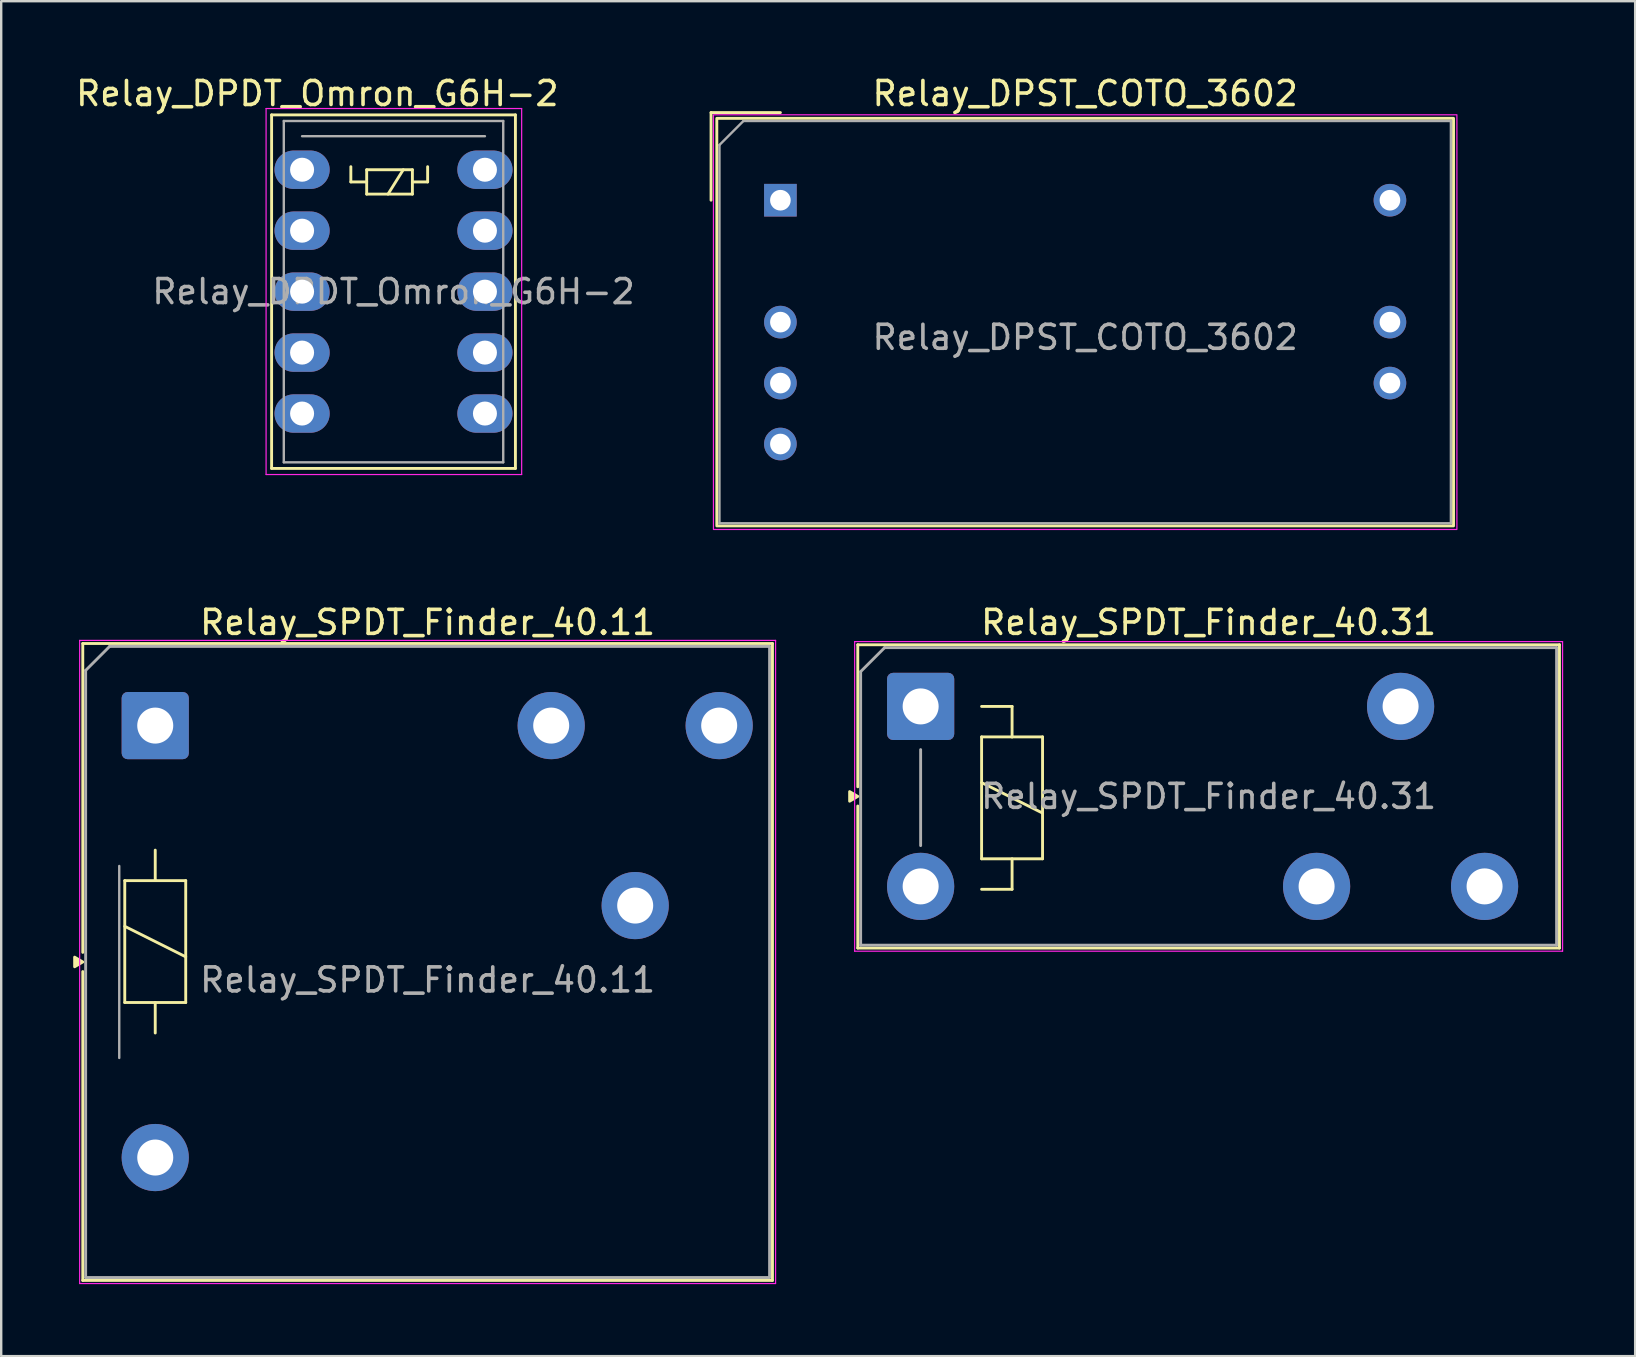
<source format=kicad_pcb>
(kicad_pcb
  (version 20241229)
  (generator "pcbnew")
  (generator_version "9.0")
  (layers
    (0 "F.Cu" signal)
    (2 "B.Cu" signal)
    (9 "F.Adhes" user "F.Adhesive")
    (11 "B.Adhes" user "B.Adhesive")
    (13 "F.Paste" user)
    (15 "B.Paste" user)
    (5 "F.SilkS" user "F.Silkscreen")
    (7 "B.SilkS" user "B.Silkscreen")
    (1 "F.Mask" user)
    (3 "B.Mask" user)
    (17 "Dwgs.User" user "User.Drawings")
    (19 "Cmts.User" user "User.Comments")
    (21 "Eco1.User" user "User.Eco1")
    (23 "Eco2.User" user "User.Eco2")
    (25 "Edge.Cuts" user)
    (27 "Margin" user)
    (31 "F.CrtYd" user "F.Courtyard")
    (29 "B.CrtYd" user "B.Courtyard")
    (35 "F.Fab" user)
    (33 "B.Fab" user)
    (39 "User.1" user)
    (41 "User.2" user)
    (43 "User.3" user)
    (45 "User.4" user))
  (footprint "Relay_DPST_COTO_3602"
    (layer "F.Cu")
    (at 29.47 5.293)
    (property "Reference" "Relay_DPST_COTO_3602" (at 12.7 -4.445 0) (unlocked yes) (layer "F.SilkS") (effects (font (size 1 1) (thickness 0.15))))
    (attr through_hole)
    (fp_line (start -2.89 -3.652) (end 0 -3.652) (stroke (width 0.12) (type default)) (layer "F.SilkS"))
    (fp_line (start -2.89 0) (end -2.89 -3.652) (stroke (width 0.12) (type default)) (layer "F.SilkS"))
    (fp_rect (start -2.65 13.572) (end 28.05 -3.412) (stroke (width 0.12) (type default)) (fill no) (layer "F.SilkS"))
    (fp_rect (start -2.79 -3.56) (end 28.19 13.72) (stroke (width 0.05) (type default)) (fill no) (layer "F.CrtYd"))
    (fp_line (start -2.54 -2.302) (end -2.54 13.462) (stroke (width 0.1) (type default)) (layer "F.Fab"))
    (fp_line (start -2.54 13.462) (end 27.94 13.462) (stroke (width 0.1) (type default)) (layer "F.Fab"))
    (fp_line (start -1.54 -3.302) (end -2.54 -2.302) (stroke (width 0.1) (type default)) (layer "F.Fab"))
    (fp_line (start 27.94 -3.302) (end -1.54 -3.302) (stroke (width 0.1) (type default)) (layer "F.Fab"))
    (fp_line (start 27.94 13.462) (end 27.94 -3.302) (stroke (width 0.1) (type default)) (layer "F.Fab"))
    (fp_text user "${REFERENCE}" (at 12.7 5.715 0) (unlocked yes) (layer "F.Fab") (effects (font (size 1 1) (thickness 0.15))))
    (pad "13" thru_hole circle (at 0 5.08 90) (size 1.36 1.36) (drill 0.86) (layers "*.Cu" "*.Mask"))
    (pad "14" thru_hole circle (at 25.4 5.08 90) (size 1.36 1.36) (drill 0.86) (layers "*.Cu" "*.Mask"))
    (pad "23" thru_hole circle (at 0 7.62 90) (size 1.36 1.36) (drill 0.86) (layers "*.Cu" "*.Mask"))
    (pad "24" thru_hole circle (at 25.4 7.62 90) (size 1.36 1.36) (drill 0.86) (layers "*.Cu" "*.Mask"))
    (pad "A1" thru_hole rect (at 0 0 90) (size 1.36 1.36) (drill 0.86) (layers "*.Cu" "*.Mask"))
    (pad "A2" thru_hole circle (at 25.4 0 90) (size 1.36 1.36) (drill 0.86) (layers "*.Cu" "*.Mask"))
    (pad "SH" thru_hole circle (at 0 10.16 90) (size 1.36 1.36) (drill 0.86) (layers "*.Cu" "*.Mask")))
  (footprint "Relay_SPDT_Finder_40.31"
    (layer "F.Cu")
    (at 35.314 26.387)
    (property "Reference" "Relay_SPDT_Finder_40.31" (at 12 -3.5 0) (layer "F.SilkS") (effects (font (size 1 1) (thickness 0.15))))
    (attr through_hole)
    (fp_line (start -2.62 -2.57) (end 26.62 -2.57) (stroke (width 0.12) (type solid)) (layer "F.SilkS"))
    (fp_line (start -2.62 3.35) (end -2.62 -2.57) (stroke (width 0.12) (type solid)) (layer "F.SilkS"))
    (fp_line (start -2.62 4.15) (end -2.62 10.07) (stroke (width 0.12) (type solid)) (layer "F.SilkS"))
    (fp_line (start 2.54 0) (end 3.81 0) (stroke (width 0.12) (type solid)) (layer "F.SilkS"))
    (fp_line (start 2.54 1.27) (end 3.81 1.27) (stroke (width 0.12) (type solid)) (layer "F.SilkS"))
    (fp_line (start 2.54 3.175) (end 5.08 4.445) (stroke (width 0.12) (type solid)) (layer "F.SilkS"))
    (fp_line (start 2.54 6.35) (end 2.54 1.27) (stroke (width 0.12) (type solid)) (layer "F.SilkS"))
    (fp_line (start 3.81 0) (end 3.81 1.27) (stroke (width 0.12) (type solid)) (layer "F.SilkS"))
    (fp_line (start 3.81 1.27) (end 5.08 1.27) (stroke (width 0.12) (type solid)) (layer "F.SilkS"))
    (fp_line (start 3.81 6.35) (end 3.81 7.62) (stroke (width 0.12) (type solid)) (layer "F.SilkS"))
    (fp_line (start 3.81 7.62) (end 2.54 7.62) (stroke (width 0.12) (type solid)) (layer "F.SilkS"))
    (fp_line (start 5.08 1.27) (end 5.08 6.35) (stroke (width 0.12) (type solid)) (layer "F.SilkS"))
    (fp_line (start 5.08 6.35) (end 2.54 6.35) (stroke (width 0.12) (type solid)) (layer "F.SilkS"))
    (fp_line (start 26.62 -2.57) (end 26.62 10.07) (stroke (width 0.12) (type solid)) (layer "F.SilkS"))
    (fp_line (start 26.62 10.07) (end -2.62 10.07) (stroke (width 0.12) (type solid)) (layer "F.SilkS"))
    (fp_poly (pts (xy -2.62 3.75) (xy -2.959 3.95) (xy -2.959 3.55) (xy -2.62 3.75)) (stroke (width 0.12) (type solid)) (fill yes) (layer "F.SilkS"))
    (fp_line (start -2.75 -2.7) (end -2.75 10.2) (stroke (width 0.05) (type solid)) (layer "F.CrtYd"))
    (fp_line (start -2.75 -2.7) (end 26.75 -2.7) (stroke (width 0.05) (type solid)) (layer "F.CrtYd"))
    (fp_line (start 26.75 10.2) (end -2.75 10.2) (stroke (width 0.05) (type solid)) (layer "F.CrtYd"))
    (fp_line (start 26.75 10.2) (end 26.75 -2.7) (stroke (width 0.05) (type solid)) (layer "F.CrtYd"))
    (fp_line (start -2.5 -1.45) (end -1.5 -2.45) (stroke (width 0.12) (type default)) (layer "F.Fab"))
    (fp_line (start -2.5 9.95) (end -2.5 -1.45) (stroke (width 0.12) (type solid)) (layer "F.Fab"))
    (fp_line (start -2.5 9.95) (end 26.5 9.95) (stroke (width 0.12) (type solid)) (layer "F.Fab"))
    (fp_line (start 0 1.8) (end 0 5.8) (stroke (width 0.12) (type solid)) (layer "F.Fab"))
    (fp_line (start 26.5 -2.45) (end -1.5 -2.45) (stroke (width 0.12) (type solid)) (layer "F.Fab"))
    (fp_line (start 26.5 9.95) (end 26.5 -2.45) (stroke (width 0.12) (type solid)) (layer "F.Fab"))
    (fp_text user "${REFERENCE}" (at 12 3.75 0) (layer "F.Fab") (effects (font (size 1 1) (thickness 0.15))))
    (pad "11" thru_hole circle (at 20 0) (size 2.8 2.8) (drill 1.5) (layers "*.Cu" "*.Mask"))
    (pad "12" thru_hole circle (at 16.5 7.5) (size 2.8 2.8) (drill 1.5) (layers "*.Cu" "*.Mask"))
    (pad "14" thru_hole circle (at 23.5 7.5) (size 2.8 2.8) (drill 1.5) (layers "*.Cu" "*.Mask"))
    (pad "A1" thru_hole roundrect (at 0 0) (size 2.8 2.8) (drill 1.5) (layers "*.Cu" "*.Mask") (roundrect_rratio 0.089))
    (pad "A2" thru_hole circle (at 0 7.5) (size 2.8 2.8) (drill 1.5) (layers "*.Cu" "*.Mask")))
  (footprint "Relay_SPDT_Finder_40.11"
    (layer "F.Cu")
    (at 3.419 27.186)
    (property "Reference" "Relay_SPDT_Finder_40.11" (at 11.35 -4.3 0) (layer "F.SilkS") (effects (font (size 1 1) (thickness 0.15))))
    (attr through_hole)
    (fp_line (start -3.02 -3.42) (end 25.72 -3.42) (stroke (width 0.12) (type solid)) (layer "F.SilkS"))
    (fp_line (start -3.02 9.45) (end -3.02 -3.42) (stroke (width 0.12) (type solid)) (layer "F.SilkS"))
    (fp_line (start -3.02 10.25) (end -3.02 23.12) (stroke (width 0.12) (type solid)) (layer "F.SilkS"))
    (fp_line (start -1.27 6.46) (end 0 6.46) (stroke (width 0.12) (type solid)) (layer "F.SilkS"))
    (fp_line (start -1.27 8.365) (end 1.27 9.635) (stroke (width 0.12) (type solid)) (layer "F.SilkS"))
    (fp_line (start -1.27 11.54) (end -1.27 6.46) (stroke (width 0.12) (type solid)) (layer "F.SilkS"))
    (fp_line (start 0 5.19) (end 0 6.46) (stroke (width 0.12) (type solid)) (layer "F.SilkS"))
    (fp_line (start 0 6.46) (end 1.27 6.46) (stroke (width 0.12) (type solid)) (layer "F.SilkS"))
    (fp_line (start 0 11.54) (end 0 12.81) (stroke (width 0.12) (type solid)) (layer "F.SilkS"))
    (fp_line (start 1.27 6.46) (end 1.27 11.54) (stroke (width 0.12) (type solid)) (layer "F.SilkS"))
    (fp_line (start 1.27 11.54) (end -1.27 11.54) (stroke (width 0.12) (type solid)) (layer "F.SilkS"))
    (fp_line (start 25.72 -3.42) (end 25.72 23.12) (stroke (width 0.12) (type solid)) (layer "F.SilkS"))
    (fp_line (start 25.72 23.12) (end -3.02 23.12) (stroke (width 0.12) (type solid)) (layer "F.SilkS"))
    (fp_poly (pts (xy -3.02 9.85) (xy -3.359 10.05) (xy -3.359 9.65) (xy -3.02 9.85)) (stroke (width 0.12) (type solid)) (fill yes) (layer "F.SilkS"))
    (fp_line (start -3.15 -3.55) (end -3.15 23.25) (stroke (width 0.05) (type solid)) (layer "F.CrtYd"))
    (fp_line (start -3.15 -3.55) (end 25.85 -3.55) (stroke (width 0.05) (type solid)) (layer "F.CrtYd"))
    (fp_line (start 25.85 23.25) (end -3.15 23.25) (stroke (width 0.05) (type solid)) (layer "F.CrtYd"))
    (fp_line (start 25.85 23.25) (end 25.85 -3.55) (stroke (width 0.05) (type solid)) (layer "F.CrtYd"))
    (fp_line (start -2.9 -2.3) (end -2.9 23) (stroke (width 0.12) (type solid)) (layer "F.Fab"))
    (fp_line (start -2.9 23) (end 25.6 23) (stroke (width 0.12) (type solid)) (layer "F.Fab"))
    (fp_line (start -1.9 -3.3) (end -2.9 -2.3) (stroke (width 0.12) (type solid)) (layer "F.Fab"))
    (fp_line (start -1.5 5.85) (end -1.5 13.85) (stroke (width 0.1) (type default)) (layer "F.Fab"))
    (fp_line (start 25.6 -3.3) (end -1.9 -3.3) (stroke (width 0.12) (type solid)) (layer "F.Fab"))
    (fp_line (start 25.6 23) (end 25.6 -3.3) (stroke (width 0.12) (type solid)) (layer "F.Fab"))
    (fp_text user "${REFERENCE}" (at 11.35 10.6 0) (layer "F.Fab") (effects (font (size 1 1) (thickness 0.15))))
    (pad "11" thru_hole circle (at 20 7.5) (size 2.8 2.8) (drill 1.5) (layers "*.Cu" "*.Mask"))
    (pad "12" thru_hole circle (at 16.5 0) (size 2.8 2.8) (drill 1.5) (layers "*.Cu" "*.Mask"))
    (pad "14" thru_hole circle (at 23.5 0) (size 2.8 2.8) (drill 1.5) (layers "*.Cu" "*.Mask"))
    (pad "A1" thru_hole roundrect (at 0 0) (size 2.8 2.8) (drill 1.5) (layers "*.Cu" "*.Mask") (roundrect_rratio 0.089))
    (pad "A2" thru_hole circle (at 0 18) (size 2.8 2.8) (drill 1.5) (layers "*.Cu" "*.Mask")))
  (footprint "Relay_DPDT_Omron_G6H-2"
    (layer "F.Cu")
    (at 9.538 4.023)
    (property "Reference" "Relay_DPDT_Omron_G6H-2" (at 0.635 -3.175 0) (layer "F.SilkS") (effects (font (size 1 1) (thickness 0.15))))
    (attr through_hole)
    (fp_line (start -1.27 -2.286) (end 8.89 -2.286) (stroke (width 0.12) (type solid)) (layer "F.SilkS"))
    (fp_line (start -1.27 12.446) (end -1.27 -2.286) (stroke (width 0.12) (type solid)) (layer "F.SilkS"))
    (fp_line (start 2.032 -0.127) (end 2.032 0.508) (stroke (width 0.12) (type solid)) (layer "F.SilkS"))
    (fp_line (start 2.032 0.508) (end 2.692 0.508) (stroke (width 0.12) (type solid)) (layer "F.SilkS"))
    (fp_line (start 2.692 0) (end 2.692 1.016) (stroke (width 0.12) (type solid)) (layer "F.SilkS"))
    (fp_line (start 2.692 1.016) (end 4.597 1.016) (stroke (width 0.12) (type solid)) (layer "F.SilkS"))
    (fp_line (start 4.216 0) (end 3.581 1.016) (stroke (width 0.12) (type solid)) (layer "F.SilkS"))
    (fp_line (start 4.597 0) (end 2.692 0) (stroke (width 0.12) (type solid)) (layer "F.SilkS"))
    (fp_line (start 4.597 0) (end 4.597 1.016) (stroke (width 0.12) (type solid)) (layer "F.SilkS"))
    (fp_line (start 5.232 -0.127) (end 5.232 0.508) (stroke (width 0.12) (type solid)) (layer "F.SilkS"))
    (fp_line (start 5.232 0.508) (end 4.597 0.508) (stroke (width 0.12) (type solid)) (layer "F.SilkS"))
    (fp_line (start 8.89 -2.286) (end 8.89 12.446) (stroke (width 0.12) (type solid)) (layer "F.SilkS"))
    (fp_line (start 8.89 12.446) (end -1.27 12.446) (stroke (width 0.12) (type solid)) (layer "F.SilkS"))
    (fp_line (start -1.5 -2.55) (end 9.15 -2.55) (stroke (width 0.05) (type solid)) (layer "F.CrtYd"))
    (fp_line (start -1.5 12.7) (end -1.5 -2.55) (stroke (width 0.05) (type solid)) (layer "F.CrtYd"))
    (fp_line (start 9.15 -2.55) (end 9.15 12.7) (stroke (width 0.05) (type solid)) (layer "F.CrtYd"))
    (fp_line (start 9.15 12.7) (end -1.5 12.7) (stroke (width 0.05) (type solid)) (layer "F.CrtYd"))
    (fp_line (start -0.762 -2.032) (end 8.382 -2.032) (stroke (width 0.1) (type solid)) (layer "F.Fab"))
    (fp_line (start -0.762 12.192) (end -0.762 -2.032) (stroke (width 0.1) (type solid)) (layer "F.Fab"))
    (fp_line (start 0 -1.397) (end 7.62 -1.397) (stroke (width 0.1) (type solid)) (layer "F.Fab"))
    (fp_line (start 8.382 -2.032) (end 8.382 12.192) (stroke (width 0.1) (type solid)) (layer "F.Fab"))
    (fp_line (start 8.382 12.192) (end -0.762 12.192) (stroke (width 0.1) (type solid)) (layer "F.Fab"))
    (fp_text user "${REFERENCE}" (at 3.81 5.08 0) (layer "F.Fab") (effects (font (size 1 1) (thickness 0.15))))
    (pad "1" thru_hole oval (at 0 0) (size 2.3 1.6) (drill 1) (layers "*.Cu" "*.Mask"))
    (pad "2" thru_hole oval (at 0 2.54) (size 2.3 1.6) (drill 1) (layers "*.Cu" "*.Mask"))
    (pad "3" thru_hole oval (at 0 5.08) (size 2.3 1.6) (drill 1) (layers "*.Cu" "*.Mask"))
    (pad "4" thru_hole oval (at 0 7.62) (size 2.3 1.6) (drill 1) (layers "*.Cu" "*.Mask"))
    (pad "5" thru_hole oval (at 0 10.16) (size 2.3 1.6) (drill 1) (layers "*.Cu" "*.Mask"))
    (pad "6" thru_hole oval (at 7.62 10.16) (size 2.3 1.6) (drill 1) (layers "*.Cu" "*.Mask"))
    (pad "7" thru_hole oval (at 7.62 7.62) (size 2.3 1.6) (drill 1) (layers "*.Cu" "*.Mask"))
    (pad "8" thru_hole oval (at 7.62 5.08) (size 2.3 1.6) (drill 1) (layers "*.Cu" "*.Mask"))
    (pad "9" thru_hole oval (at 7.62 2.54) (size 2.3 1.6) (drill 1) (layers "*.Cu" "*.Mask"))
    (pad "10" thru_hole oval (at 7.62 0) (size 2.3 1.6) (drill 1) (layers "*.Cu" "*.Mask")))
  (gr_rect
    (start -3 -3)
    (end 65.089 53.462)
    (stroke (width 0.1) (type default))
    (fill no)
    (layer "Edge.Cuts")))
</source>
